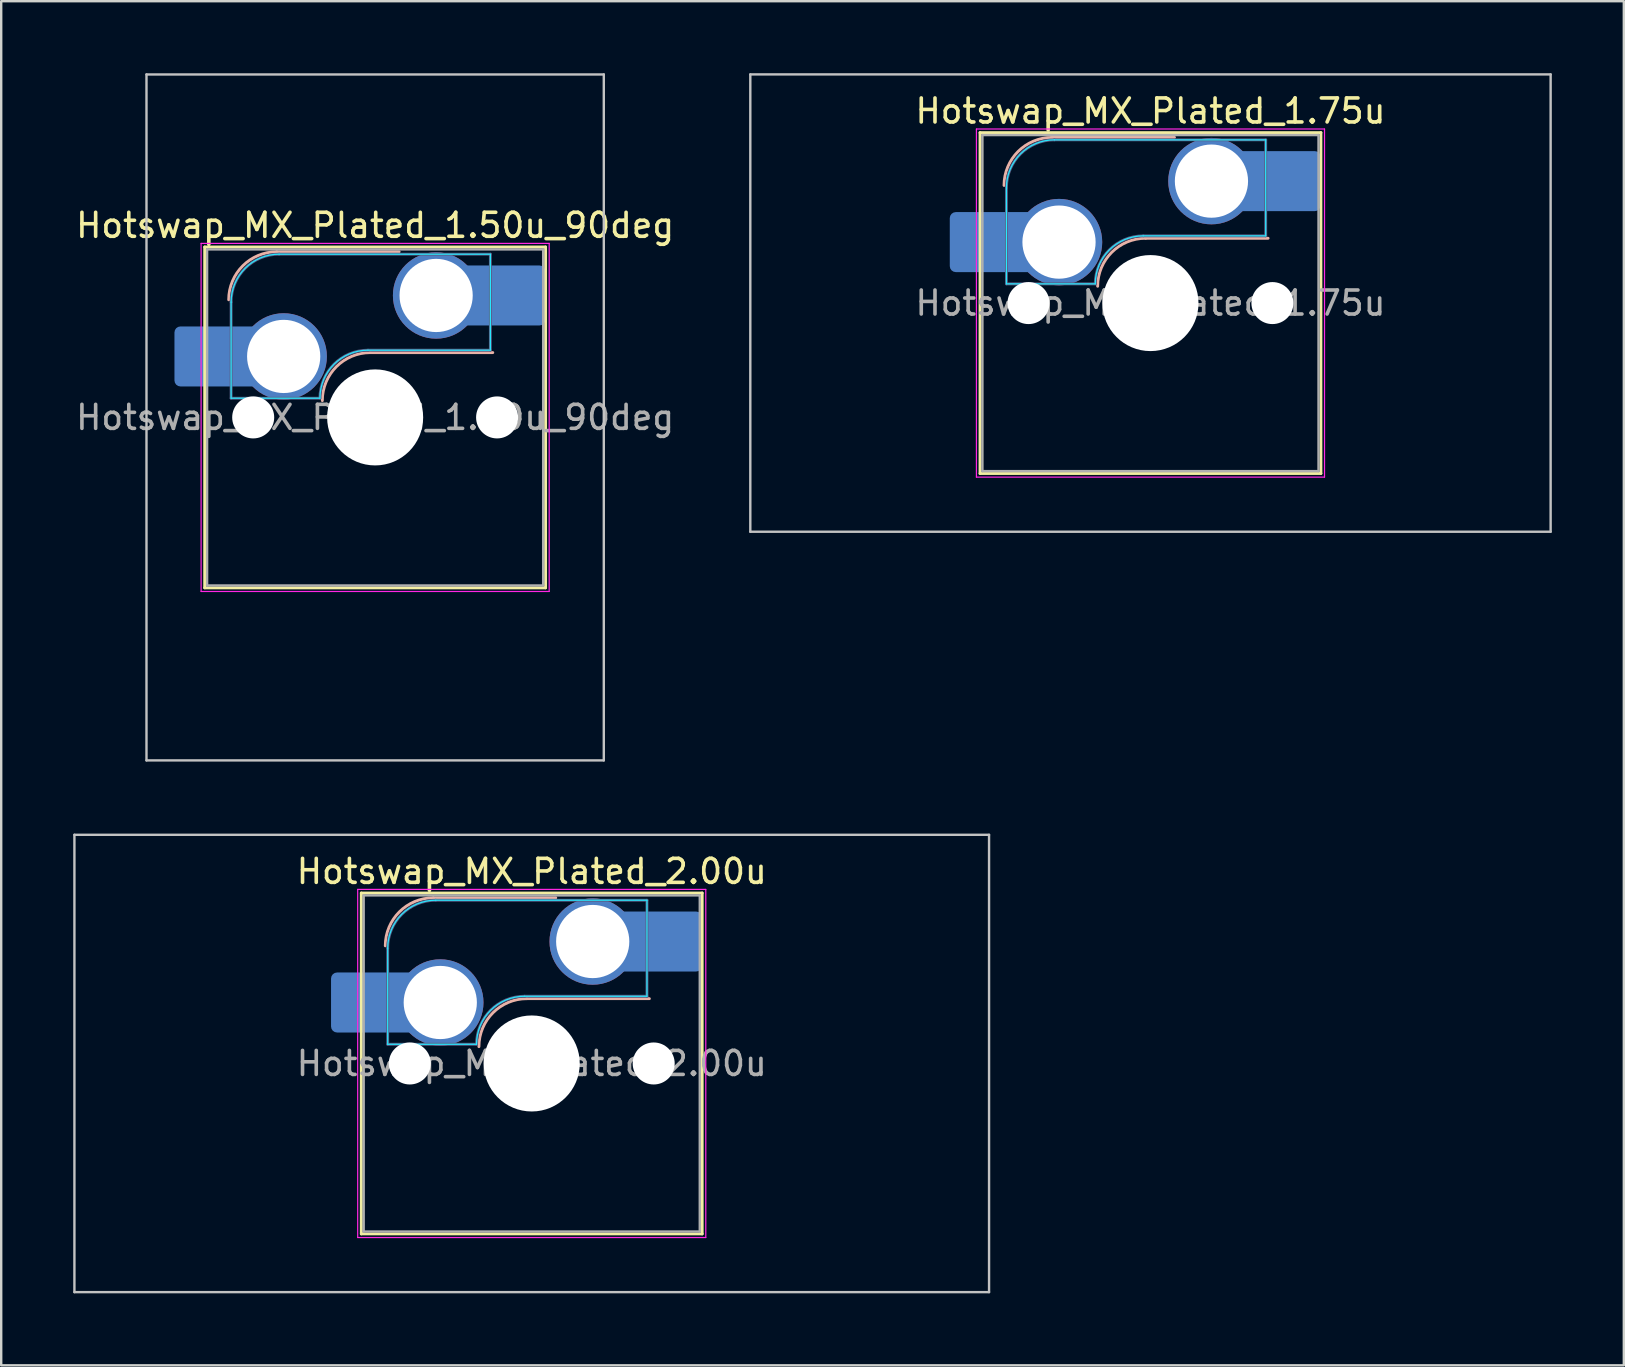
<source format=kicad_pcb>
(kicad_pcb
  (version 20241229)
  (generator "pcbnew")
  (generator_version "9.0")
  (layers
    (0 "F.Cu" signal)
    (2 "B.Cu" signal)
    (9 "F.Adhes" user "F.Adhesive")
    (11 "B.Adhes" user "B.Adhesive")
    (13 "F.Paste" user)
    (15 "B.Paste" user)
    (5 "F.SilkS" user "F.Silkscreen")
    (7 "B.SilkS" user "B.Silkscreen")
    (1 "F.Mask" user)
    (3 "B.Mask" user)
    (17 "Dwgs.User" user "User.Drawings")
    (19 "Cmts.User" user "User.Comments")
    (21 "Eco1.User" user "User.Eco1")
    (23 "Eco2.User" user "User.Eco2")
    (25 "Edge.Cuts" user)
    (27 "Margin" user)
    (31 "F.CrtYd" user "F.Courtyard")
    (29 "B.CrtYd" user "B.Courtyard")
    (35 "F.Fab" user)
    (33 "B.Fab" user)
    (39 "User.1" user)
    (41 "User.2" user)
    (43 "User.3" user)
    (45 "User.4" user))
  (footprint "Hotswap_MX_Plated_2.00u"
    (layer "F.Cu")
    (at 19.1 41.25)
    (property "Reference" "Hotswap_MX_Plated_2.00u" (at 0 -8 0) (layer "F.SilkS") (effects (font (size 1 1) (thickness 0.15))))
    (attr smd allow_soldermask_bridges)
    (fp_line (start -7.1 -7.1) (end -7.1 7.1) (stroke (width 0.12) (type solid)) (layer "F.SilkS"))
    (fp_line (start -7.1 7.1) (end 7.1 7.1) (stroke (width 0.12) (type solid)) (layer "F.SilkS"))
    (fp_line (start 7.1 -7.1) (end -7.1 -7.1) (stroke (width 0.12) (type solid)) (layer "F.SilkS"))
    (fp_line (start 7.1 7.1) (end 7.1 -7.1) (stroke (width 0.12) (type solid)) (layer "F.SilkS"))
    (fp_line (start -4.1 -6.9) (end 1 -6.9) (stroke (width 0.12) (type solid)) (layer "B.SilkS"))
    (fp_line (start -0.2 -2.7) (end 4.9 -2.7) (stroke (width 0.12) (type solid)) (layer "B.SilkS"))
    (fp_arc (start -6.1 -4.9) (mid -5.514214 -6.314214) (end -4.1 -6.9) (stroke (width 0.12) (type solid)) (layer "B.SilkS"))
    (fp_arc (start -2.2 -0.7) (mid -1.614214 -2.114214) (end -0.2 -2.7) (stroke (width 0.12) (type solid)) (layer "B.SilkS"))
    (fp_line (start -19.05 -9.525) (end -19.05 9.525) (stroke (width 0.1) (type solid)) (layer "Dwgs.User"))
    (fp_line (start -19.05 9.525) (end 19.05 9.525) (stroke (width 0.1) (type solid)) (layer "Dwgs.User"))
    (fp_line (start 19.05 -9.525) (end -19.05 -9.525) (stroke (width 0.1) (type solid)) (layer "Dwgs.User"))
    (fp_line (start 19.05 9.525) (end 19.05 -9.525) (stroke (width 0.1) (type solid)) (layer "Dwgs.User"))
    (fp_line (start -7.8 -6) (end -7 -6) (stroke (width 0.1) (type solid)) (layer "Eco1.User"))
    (fp_line (start -7.8 -2.9) (end -7.8 -6) (stroke (width 0.1) (type solid)) (layer "Eco1.User"))
    (fp_line (start -7.8 2.9) (end -7 2.9) (stroke (width 0.1) (type solid)) (layer "Eco1.User"))
    (fp_line (start -7.8 6) (end -7.8 2.9) (stroke (width 0.1) (type solid)) (layer "Eco1.User"))
    (fp_line (start -7 -7) (end 7 -7) (stroke (width 0.1) (type solid)) (layer "Eco1.User"))
    (fp_line (start -7 -6) (end -7 -7) (stroke (width 0.1) (type solid)) (layer "Eco1.User"))
    (fp_line (start -7 -2.9) (end -7.8 -2.9) (stroke (width 0.1) (type solid)) (layer "Eco1.User"))
    (fp_line (start -7 2.9) (end -7 -2.9) (stroke (width 0.1) (type solid)) (layer "Eco1.User"))
    (fp_line (start -7 6) (end -7.8 6) (stroke (width 0.1) (type solid)) (layer "Eco1.User"))
    (fp_line (start -7 7) (end -7 6) (stroke (width 0.1) (type solid)) (layer "Eco1.User"))
    (fp_line (start 7 -7) (end 7 -6) (stroke (width 0.1) (type solid)) (layer "Eco1.User"))
    (fp_line (start 7 -6) (end 7.8 -6) (stroke (width 0.1) (type solid)) (layer "Eco1.User"))
    (fp_line (start 7 -2.9) (end 7 2.9) (stroke (width 0.1) (type solid)) (layer "Eco1.User"))
    (fp_line (start 7 2.9) (end 7.8 2.9) (stroke (width 0.1) (type solid)) (layer "Eco1.User"))
    (fp_line (start 7 6) (end 7 7) (stroke (width 0.1) (type solid)) (layer "Eco1.User"))
    (fp_line (start 7 7) (end -7 7) (stroke (width 0.1) (type solid)) (layer "Eco1.User"))
    (fp_line (start 7.8 -6) (end 7.8 -2.9) (stroke (width 0.1) (type solid)) (layer "Eco1.User"))
    (fp_line (start 7.8 -2.9) (end 7 -2.9) (stroke (width 0.1) (type solid)) (layer "Eco1.User"))
    (fp_line (start 7.8 2.9) (end 7.8 6) (stroke (width 0.1) (type solid)) (layer "Eco1.User"))
    (fp_line (start 7.8 6) (end 7 6) (stroke (width 0.1) (type solid)) (layer "Eco1.User"))
    (fp_line (start -6 -0.8) (end -6 -4.8) (stroke (width 0.05) (type solid)) (layer "B.CrtYd"))
    (fp_line (start -6 -0.8) (end -2.3 -0.8) (stroke (width 0.05) (type solid)) (layer "B.CrtYd"))
    (fp_line (start -4 -6.8) (end 4.8 -6.8) (stroke (width 0.05) (type solid)) (layer "B.CrtYd"))
    (fp_line (start -0.3 -2.8) (end 4.8 -2.8) (stroke (width 0.05) (type solid)) (layer "B.CrtYd"))
    (fp_line (start 4.8 -6.8) (end 4.8 -2.8) (stroke (width 0.05) (type solid)) (layer "B.CrtYd"))
    (fp_arc (start -6 -4.8) (mid -5.414214 -6.214214) (end -4 -6.8) (stroke (width 0.05) (type solid)) (layer "B.CrtYd"))
    (fp_arc (start -2.3 -0.8) (mid -1.714214 -2.214214) (end -0.3 -2.8) (stroke (width 0.05) (type solid)) (layer "B.CrtYd"))
    (fp_line (start -7.25 -7.25) (end -7.25 7.25) (stroke (width 0.05) (type solid)) (layer "F.CrtYd"))
    (fp_line (start -7.25 7.25) (end 7.25 7.25) (stroke (width 0.05) (type solid)) (layer "F.CrtYd"))
    (fp_line (start 7.25 -7.25) (end -7.25 -7.25) (stroke (width 0.05) (type solid)) (layer "F.CrtYd"))
    (fp_line (start 7.25 7.25) (end 7.25 -7.25) (stroke (width 0.05) (type solid)) (layer "F.CrtYd"))
    (fp_line (start -6 -0.8) (end -6 -4.8) (stroke (width 0.12) (type solid)) (layer "B.Fab"))
    (fp_line (start -6 -0.8) (end -2.3 -0.8) (stroke (width 0.12) (type solid)) (layer "B.Fab"))
    (fp_line (start -4 -6.8) (end 4.8 -6.8) (stroke (width 0.12) (type solid)) (layer "B.Fab"))
    (fp_line (start -0.3 -2.8) (end 4.8 -2.8) (stroke (width 0.12) (type solid)) (layer "B.Fab"))
    (fp_line (start 4.8 -6.8) (end 4.8 -2.8) (stroke (width 0.12) (type solid)) (layer "B.Fab"))
    (fp_arc (start -6 -4.8) (mid -5.414214 -6.214214) (end -4 -6.8) (stroke (width 0.12) (type solid)) (layer "B.Fab"))
    (fp_arc (start -2.3 -0.8) (mid -1.714214 -2.214214) (end -0.3 -2.8) (stroke (width 0.12) (type solid)) (layer "B.Fab"))
    (fp_line (start -7 -7) (end -7 7) (stroke (width 0.1) (type solid)) (layer "F.Fab"))
    (fp_line (start -7 7) (end 7 7) (stroke (width 0.1) (type solid)) (layer "F.Fab"))
    (fp_line (start 7 -7) (end -7 -7) (stroke (width 0.1) (type solid)) (layer "F.Fab"))
    (fp_line (start 7 7) (end 7 -7) (stroke (width 0.1) (type solid)) (layer "F.Fab"))
    (fp_text user "${REFERENCE}" (at 0 0 0) (layer "F.Fab") (effects (font (size 1 1) (thickness 0.15))))
    (pad "" smd roundrect (at -7.085 -2.54) (size 2.55 2.5) (layers "B.Mask" "B.Paste") (roundrect_rratio 0.1))
    (pad "" np_thru_hole circle (at -5.08 0) (size 1.75 1.75) (drill 1.75) (layers "*.Cu" "*.Mask"))
    (pad "" np_thru_hole circle (at 0 0) (size 4 4) (drill 4) (layers "*.Cu" "*.Mask"))
    (pad "" np_thru_hole circle (at 5.08 0) (size 1.75 1.75) (drill 1.75) (layers "*.Cu" "*.Mask"))
    (pad "" smd roundrect (at 5.842 -5.08) (size 2.55 2.5) (layers "B.Mask" "B.Paste") (roundrect_rratio 0.1))
    (pad "1" smd roundrect (at -6.585 -2.54) (size 3.55 2.5) (layers "B.Cu") (roundrect_rratio 0.1))
    (pad "1" thru_hole circle (at -3.81 -2.54) (size 3.6 3.6) (drill 3.05) (layers "*.Cu" "*.Mask"))
    (pad "2" thru_hole circle (at 2.54 -5.08) (size 3.6 3.6) (drill 3.05) (layers "*.Cu" "*.Mask"))
    (pad "2" smd roundrect (at 5.32 -5.08) (size 3.55 2.5) (layers "B.Cu") (roundrect_rratio 0.1)))
  (footprint "Hotswap_MX_Plated_1.50u_90deg"
    (layer "F.Cu")
    (at 12.577 14.338)
    (property "Reference" "Hotswap_MX_Plated_1.50u_90deg" (at 0 -8 0) (layer "F.SilkS") (effects (font (size 1 1) (thickness 0.15))))
    (attr smd allow_soldermask_bridges)
    (fp_line (start -7.1 -7.1) (end -7.1 7.1) (stroke (width 0.12) (type solid)) (layer "F.SilkS"))
    (fp_line (start -7.1 7.1) (end 7.1 7.1) (stroke (width 0.12) (type solid)) (layer "F.SilkS"))
    (fp_line (start 7.1 -7.1) (end -7.1 -7.1) (stroke (width 0.12) (type solid)) (layer "F.SilkS"))
    (fp_line (start 7.1 7.1) (end 7.1 -7.1) (stroke (width 0.12) (type solid)) (layer "F.SilkS"))
    (fp_line (start -4.1 -6.9) (end 1 -6.9) (stroke (width 0.12) (type solid)) (layer "B.SilkS"))
    (fp_line (start -0.2 -2.7) (end 4.9 -2.7) (stroke (width 0.12) (type solid)) (layer "B.SilkS"))
    (fp_arc (start -6.1 -4.9) (mid -5.514214 -6.314214) (end -4.1 -6.9) (stroke (width 0.12) (type solid)) (layer "B.SilkS"))
    (fp_arc (start -2.2 -0.7) (mid -1.614214 -2.114214) (end -0.2 -2.7) (stroke (width 0.12) (type solid)) (layer "B.SilkS"))
    (fp_line (start -9.525 -14.287) (end 9.525 -14.287) (stroke (width 0.1) (type solid)) (layer "Dwgs.User"))
    (fp_line (start -9.525 14.287) (end -9.525 -14.287) (stroke (width 0.1) (type solid)) (layer "Dwgs.User"))
    (fp_line (start 9.525 -14.287) (end 9.525 14.287) (stroke (width 0.1) (type solid)) (layer "Dwgs.User"))
    (fp_line (start 9.525 14.287) (end -9.525 14.287) (stroke (width 0.1) (type solid)) (layer "Dwgs.User"))
    (fp_line (start -7.8 -6) (end -7 -6) (stroke (width 0.1) (type solid)) (layer "Eco1.User"))
    (fp_line (start -7.8 -2.9) (end -7.8 -6) (stroke (width 0.1) (type solid)) (layer "Eco1.User"))
    (fp_line (start -7.8 2.9) (end -7 2.9) (stroke (width 0.1) (type solid)) (layer "Eco1.User"))
    (fp_line (start -7.8 6) (end -7.8 2.9) (stroke (width 0.1) (type solid)) (layer "Eco1.User"))
    (fp_line (start -7 -7) (end 7 -7) (stroke (width 0.1) (type solid)) (layer "Eco1.User"))
    (fp_line (start -7 -6) (end -7 -7) (stroke (width 0.1) (type solid)) (layer "Eco1.User"))
    (fp_line (start -7 -2.9) (end -7.8 -2.9) (stroke (width 0.1) (type solid)) (layer "Eco1.User"))
    (fp_line (start -7 2.9) (end -7 -2.9) (stroke (width 0.1) (type solid)) (layer "Eco1.User"))
    (fp_line (start -7 6) (end -7.8 6) (stroke (width 0.1) (type solid)) (layer "Eco1.User"))
    (fp_line (start -7 7) (end -7 6) (stroke (width 0.1) (type solid)) (layer "Eco1.User"))
    (fp_line (start 7 -7) (end 7 -6) (stroke (width 0.1) (type solid)) (layer "Eco1.User"))
    (fp_line (start 7 -6) (end 7.8 -6) (stroke (width 0.1) (type solid)) (layer "Eco1.User"))
    (fp_line (start 7 -2.9) (end 7 2.9) (stroke (width 0.1) (type solid)) (layer "Eco1.User"))
    (fp_line (start 7 2.9) (end 7.8 2.9) (stroke (width 0.1) (type solid)) (layer "Eco1.User"))
    (fp_line (start 7 6) (end 7 7) (stroke (width 0.1) (type solid)) (layer "Eco1.User"))
    (fp_line (start 7 7) (end -7 7) (stroke (width 0.1) (type solid)) (layer "Eco1.User"))
    (fp_line (start 7.8 -6) (end 7.8 -2.9) (stroke (width 0.1) (type solid)) (layer "Eco1.User"))
    (fp_line (start 7.8 -2.9) (end 7 -2.9) (stroke (width 0.1) (type solid)) (layer "Eco1.User"))
    (fp_line (start 7.8 2.9) (end 7.8 6) (stroke (width 0.1) (type solid)) (layer "Eco1.User"))
    (fp_line (start 7.8 6) (end 7 6) (stroke (width 0.1) (type solid)) (layer "Eco1.User"))
    (fp_line (start -6 -0.8) (end -6 -4.8) (stroke (width 0.05) (type solid)) (layer "B.CrtYd"))
    (fp_line (start -6 -0.8) (end -2.3 -0.8) (stroke (width 0.05) (type solid)) (layer "B.CrtYd"))
    (fp_line (start -4 -6.8) (end 4.8 -6.8) (stroke (width 0.05) (type solid)) (layer "B.CrtYd"))
    (fp_line (start -0.3 -2.8) (end 4.8 -2.8) (stroke (width 0.05) (type solid)) (layer "B.CrtYd"))
    (fp_line (start 4.8 -6.8) (end 4.8 -2.8) (stroke (width 0.05) (type solid)) (layer "B.CrtYd"))
    (fp_arc (start -6 -4.8) (mid -5.414214 -6.214214) (end -4 -6.8) (stroke (width 0.05) (type solid)) (layer "B.CrtYd"))
    (fp_arc (start -2.3 -0.8) (mid -1.714214 -2.214214) (end -0.3 -2.8) (stroke (width 0.05) (type solid)) (layer "B.CrtYd"))
    (fp_line (start -7.25 -7.25) (end -7.25 7.25) (stroke (width 0.05) (type solid)) (layer "F.CrtYd"))
    (fp_line (start -7.25 7.25) (end 7.25 7.25) (stroke (width 0.05) (type solid)) (layer "F.CrtYd"))
    (fp_line (start 7.25 -7.25) (end -7.25 -7.25) (stroke (width 0.05) (type solid)) (layer "F.CrtYd"))
    (fp_line (start 7.25 7.25) (end 7.25 -7.25) (stroke (width 0.05) (type solid)) (layer "F.CrtYd"))
    (fp_line (start -6 -0.8) (end -6 -4.8) (stroke (width 0.12) (type solid)) (layer "B.Fab"))
    (fp_line (start -6 -0.8) (end -2.3 -0.8) (stroke (width 0.12) (type solid)) (layer "B.Fab"))
    (fp_line (start -4 -6.8) (end 4.8 -6.8) (stroke (width 0.12) (type solid)) (layer "B.Fab"))
    (fp_line (start -0.3 -2.8) (end 4.8 -2.8) (stroke (width 0.12) (type solid)) (layer "B.Fab"))
    (fp_line (start 4.8 -6.8) (end 4.8 -2.8) (stroke (width 0.12) (type solid)) (layer "B.Fab"))
    (fp_arc (start -6 -4.8) (mid -5.414214 -6.214214) (end -4 -6.8) (stroke (width 0.12) (type solid)) (layer "B.Fab"))
    (fp_arc (start -2.3 -0.8) (mid -1.714214 -2.214214) (end -0.3 -2.8) (stroke (width 0.12) (type solid)) (layer "B.Fab"))
    (fp_line (start -7 -7) (end -7 7) (stroke (width 0.1) (type solid)) (layer "F.Fab"))
    (fp_line (start -7 7) (end 7 7) (stroke (width 0.1) (type solid)) (layer "F.Fab"))
    (fp_line (start 7 -7) (end -7 -7) (stroke (width 0.1) (type solid)) (layer "F.Fab"))
    (fp_line (start 7 7) (end 7 -7) (stroke (width 0.1) (type solid)) (layer "F.Fab"))
    (fp_text user "${REFERENCE}" (at 0 0 0) (layer "F.Fab") (effects (font (size 1 1) (thickness 0.15))))
    (pad "" smd roundrect (at -7.085 -2.54) (size 2.55 2.5) (layers "B.Mask" "B.Paste") (roundrect_rratio 0.1))
    (pad "" np_thru_hole circle (at -5.08 0) (size 1.75 1.75) (drill 1.75) (layers "*.Cu" "*.Mask"))
    (pad "" np_thru_hole circle (at 0 0) (size 4 4) (drill 4) (layers "*.Cu" "*.Mask"))
    (pad "" np_thru_hole circle (at 5.08 0) (size 1.75 1.75) (drill 1.75) (layers "*.Cu" "*.Mask"))
    (pad "" smd roundrect (at 5.842 -5.08) (size 2.55 2.5) (layers "B.Mask" "B.Paste") (roundrect_rratio 0.1))
    (pad "1" smd roundrect (at -6.585 -2.54) (size 3.55 2.5) (layers "B.Cu") (roundrect_rratio 0.1))
    (pad "1" thru_hole circle (at -3.81 -2.54) (size 3.6 3.6) (drill 3.05) (layers "*.Cu" "*.Mask"))
    (pad "2" thru_hole circle (at 2.54 -5.08) (size 3.6 3.6) (drill 3.05) (layers "*.Cu" "*.Mask"))
    (pad "2" smd roundrect (at 5.32 -5.08) (size 3.55 2.5) (layers "B.Cu") (roundrect_rratio 0.1)))
  (footprint "Hotswap_MX_Plated_1.75u"
    (layer "F.Cu")
    (at 44.874 9.575)
    (property "Reference" "Hotswap_MX_Plated_1.75u" (at 0 -8 0) (layer "F.SilkS") (effects (font (size 1 1) (thickness 0.15))))
    (attr smd allow_soldermask_bridges)
    (fp_line (start -7.1 -7.1) (end -7.1 7.1) (stroke (width 0.12) (type solid)) (layer "F.SilkS"))
    (fp_line (start -7.1 7.1) (end 7.1 7.1) (stroke (width 0.12) (type solid)) (layer "F.SilkS"))
    (fp_line (start 7.1 -7.1) (end -7.1 -7.1) (stroke (width 0.12) (type solid)) (layer "F.SilkS"))
    (fp_line (start 7.1 7.1) (end 7.1 -7.1) (stroke (width 0.12) (type solid)) (layer "F.SilkS"))
    (fp_line (start -4.1 -6.9) (end 1 -6.9) (stroke (width 0.12) (type solid)) (layer "B.SilkS"))
    (fp_line (start -0.2 -2.7) (end 4.9 -2.7) (stroke (width 0.12) (type solid)) (layer "B.SilkS"))
    (fp_arc (start -6.1 -4.9) (mid -5.514214 -6.314214) (end -4.1 -6.9) (stroke (width 0.12) (type solid)) (layer "B.SilkS"))
    (fp_arc (start -2.2 -0.7) (mid -1.614214 -2.114214) (end -0.2 -2.7) (stroke (width 0.12) (type solid)) (layer "B.SilkS"))
    (fp_line (start -16.669 -9.525) (end -16.669 9.525) (stroke (width 0.1) (type solid)) (layer "Dwgs.User"))
    (fp_line (start -16.669 9.525) (end 16.669 9.525) (stroke (width 0.1) (type solid)) (layer "Dwgs.User"))
    (fp_line (start 16.669 -9.525) (end -16.669 -9.525) (stroke (width 0.1) (type solid)) (layer "Dwgs.User"))
    (fp_line (start 16.669 9.525) (end 16.669 -9.525) (stroke (width 0.1) (type solid)) (layer "Dwgs.User"))
    (fp_line (start -7.8 -6) (end -7 -6) (stroke (width 0.1) (type solid)) (layer "Eco1.User"))
    (fp_line (start -7.8 -2.9) (end -7.8 -6) (stroke (width 0.1) (type solid)) (layer "Eco1.User"))
    (fp_line (start -7.8 2.9) (end -7 2.9) (stroke (width 0.1) (type solid)) (layer "Eco1.User"))
    (fp_line (start -7.8 6) (end -7.8 2.9) (stroke (width 0.1) (type solid)) (layer "Eco1.User"))
    (fp_line (start -7 -7) (end 7 -7) (stroke (width 0.1) (type solid)) (layer "Eco1.User"))
    (fp_line (start -7 -6) (end -7 -7) (stroke (width 0.1) (type solid)) (layer "Eco1.User"))
    (fp_line (start -7 -2.9) (end -7.8 -2.9) (stroke (width 0.1) (type solid)) (layer "Eco1.User"))
    (fp_line (start -7 2.9) (end -7 -2.9) (stroke (width 0.1) (type solid)) (layer "Eco1.User"))
    (fp_line (start -7 6) (end -7.8 6) (stroke (width 0.1) (type solid)) (layer "Eco1.User"))
    (fp_line (start -7 7) (end -7 6) (stroke (width 0.1) (type solid)) (layer "Eco1.User"))
    (fp_line (start 7 -7) (end 7 -6) (stroke (width 0.1) (type solid)) (layer "Eco1.User"))
    (fp_line (start 7 -6) (end 7.8 -6) (stroke (width 0.1) (type solid)) (layer "Eco1.User"))
    (fp_line (start 7 -2.9) (end 7 2.9) (stroke (width 0.1) (type solid)) (layer "Eco1.User"))
    (fp_line (start 7 2.9) (end 7.8 2.9) (stroke (width 0.1) (type solid)) (layer "Eco1.User"))
    (fp_line (start 7 6) (end 7 7) (stroke (width 0.1) (type solid)) (layer "Eco1.User"))
    (fp_line (start 7 7) (end -7 7) (stroke (width 0.1) (type solid)) (layer "Eco1.User"))
    (fp_line (start 7.8 -6) (end 7.8 -2.9) (stroke (width 0.1) (type solid)) (layer "Eco1.User"))
    (fp_line (start 7.8 -2.9) (end 7 -2.9) (stroke (width 0.1) (type solid)) (layer "Eco1.User"))
    (fp_line (start 7.8 2.9) (end 7.8 6) (stroke (width 0.1) (type solid)) (layer "Eco1.User"))
    (fp_line (start 7.8 6) (end 7 6) (stroke (width 0.1) (type solid)) (layer "Eco1.User"))
    (fp_line (start -6 -0.8) (end -6 -4.8) (stroke (width 0.05) (type solid)) (layer "B.CrtYd"))
    (fp_line (start -6 -0.8) (end -2.3 -0.8) (stroke (width 0.05) (type solid)) (layer "B.CrtYd"))
    (fp_line (start -4 -6.8) (end 4.8 -6.8) (stroke (width 0.05) (type solid)) (layer "B.CrtYd"))
    (fp_line (start -0.3 -2.8) (end 4.8 -2.8) (stroke (width 0.05) (type solid)) (layer "B.CrtYd"))
    (fp_line (start 4.8 -6.8) (end 4.8 -2.8) (stroke (width 0.05) (type solid)) (layer "B.CrtYd"))
    (fp_arc (start -6 -4.8) (mid -5.414214 -6.214214) (end -4 -6.8) (stroke (width 0.05) (type solid)) (layer "B.CrtYd"))
    (fp_arc (start -2.3 -0.8) (mid -1.714214 -2.214214) (end -0.3 -2.8) (stroke (width 0.05) (type solid)) (layer "B.CrtYd"))
    (fp_line (start -7.25 -7.25) (end -7.25 7.25) (stroke (width 0.05) (type solid)) (layer "F.CrtYd"))
    (fp_line (start -7.25 7.25) (end 7.25 7.25) (stroke (width 0.05) (type solid)) (layer "F.CrtYd"))
    (fp_line (start 7.25 -7.25) (end -7.25 -7.25) (stroke (width 0.05) (type solid)) (layer "F.CrtYd"))
    (fp_line (start 7.25 7.25) (end 7.25 -7.25) (stroke (width 0.05) (type solid)) (layer "F.CrtYd"))
    (fp_line (start -6 -0.8) (end -6 -4.8) (stroke (width 0.12) (type solid)) (layer "B.Fab"))
    (fp_line (start -6 -0.8) (end -2.3 -0.8) (stroke (width 0.12) (type solid)) (layer "B.Fab"))
    (fp_line (start -4 -6.8) (end 4.8 -6.8) (stroke (width 0.12) (type solid)) (layer "B.Fab"))
    (fp_line (start -0.3 -2.8) (end 4.8 -2.8) (stroke (width 0.12) (type solid)) (layer "B.Fab"))
    (fp_line (start 4.8 -6.8) (end 4.8 -2.8) (stroke (width 0.12) (type solid)) (layer "B.Fab"))
    (fp_arc (start -6 -4.8) (mid -5.414214 -6.214214) (end -4 -6.8) (stroke (width 0.12) (type solid)) (layer "B.Fab"))
    (fp_arc (start -2.3 -0.8) (mid -1.714214 -2.214214) (end -0.3 -2.8) (stroke (width 0.12) (type solid)) (layer "B.Fab"))
    (fp_line (start -7 -7) (end -7 7) (stroke (width 0.1) (type solid)) (layer "F.Fab"))
    (fp_line (start -7 7) (end 7 7) (stroke (width 0.1) (type solid)) (layer "F.Fab"))
    (fp_line (start 7 -7) (end -7 -7) (stroke (width 0.1) (type solid)) (layer "F.Fab"))
    (fp_line (start 7 7) (end 7 -7) (stroke (width 0.1) (type solid)) (layer "F.Fab"))
    (fp_text user "${REFERENCE}" (at 0 0 0) (layer "F.Fab") (effects (font (size 1 1) (thickness 0.15))))
    (pad "" smd roundrect (at -7.085 -2.54) (size 2.55 2.5) (layers "B.Mask" "B.Paste") (roundrect_rratio 0.1))
    (pad "" np_thru_hole circle (at -5.08 0) (size 1.75 1.75) (drill 1.75) (layers "*.Cu" "*.Mask"))
    (pad "" np_thru_hole circle (at 0 0) (size 4 4) (drill 4) (layers "*.Cu" "*.Mask"))
    (pad "" np_thru_hole circle (at 5.08 0) (size 1.75 1.75) (drill 1.75) (layers "*.Cu" "*.Mask"))
    (pad "" smd roundrect (at 5.842 -5.08) (size 2.55 2.5) (layers "B.Mask" "B.Paste") (roundrect_rratio 0.1))
    (pad "1" smd roundrect (at -6.585 -2.54) (size 3.55 2.5) (layers "B.Cu") (roundrect_rratio 0.1))
    (pad "1" thru_hole circle (at -3.81 -2.54) (size 3.6 3.6) (drill 3.05) (layers "*.Cu" "*.Mask"))
    (pad "2" thru_hole circle (at 2.54 -5.08) (size 3.6 3.6) (drill 3.05) (layers "*.Cu" "*.Mask"))
    (pad "2" smd roundrect (at 5.32 -5.08) (size 3.55 2.5) (layers "B.Cu") (roundrect_rratio 0.1)))
  (gr_rect
    (start -3 -3)
    (end 64.592 53.825)
    (stroke (width 0.1) (type default))
    (fill no)
    (layer "Edge.Cuts")))
</source>
